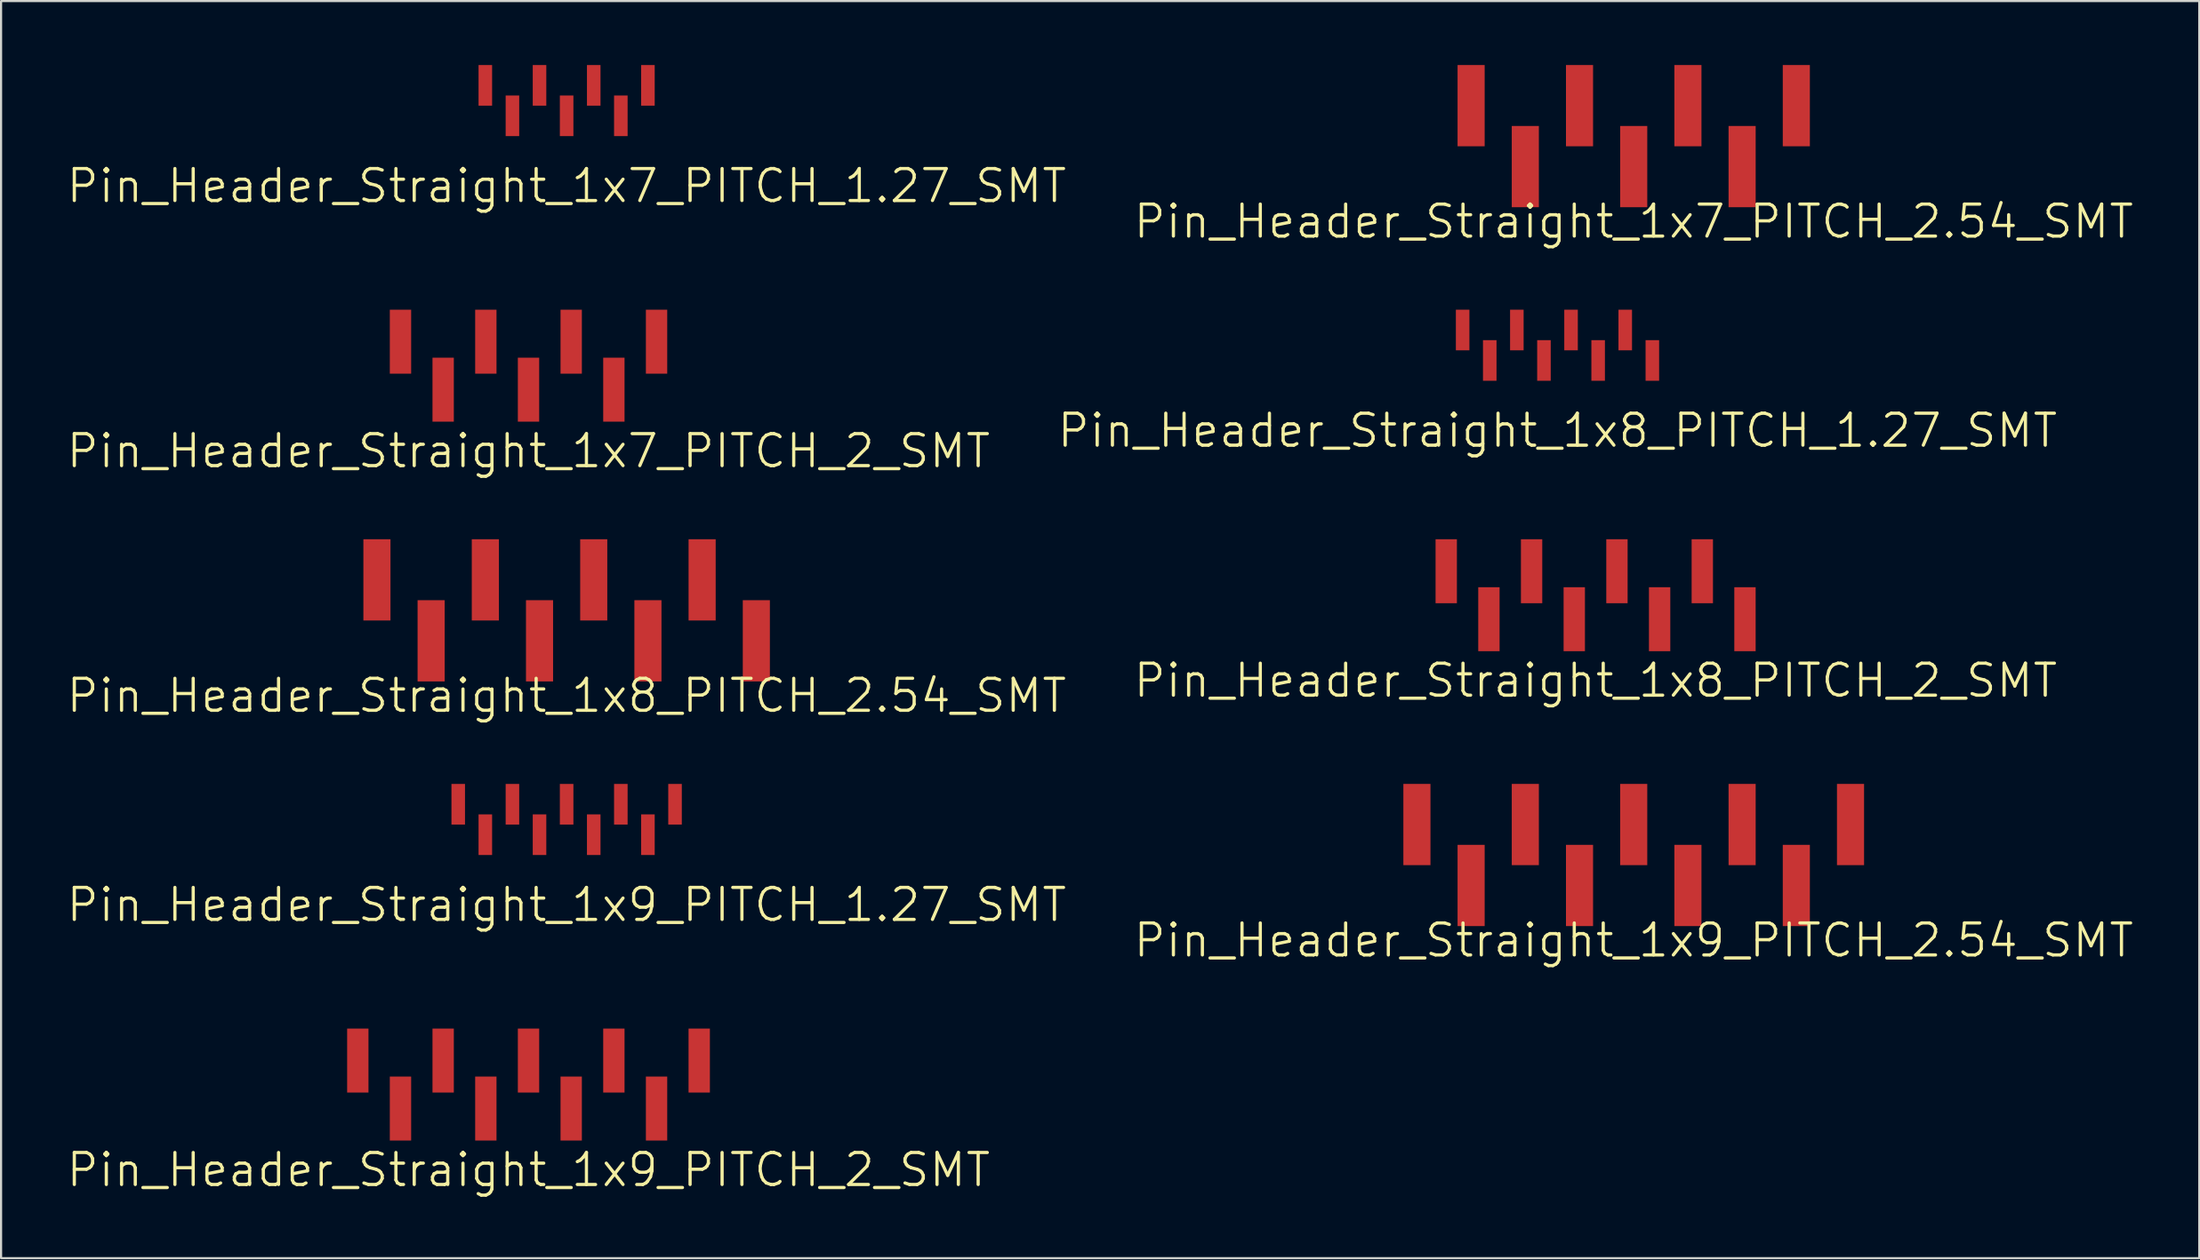
<source format=kicad_pcb>
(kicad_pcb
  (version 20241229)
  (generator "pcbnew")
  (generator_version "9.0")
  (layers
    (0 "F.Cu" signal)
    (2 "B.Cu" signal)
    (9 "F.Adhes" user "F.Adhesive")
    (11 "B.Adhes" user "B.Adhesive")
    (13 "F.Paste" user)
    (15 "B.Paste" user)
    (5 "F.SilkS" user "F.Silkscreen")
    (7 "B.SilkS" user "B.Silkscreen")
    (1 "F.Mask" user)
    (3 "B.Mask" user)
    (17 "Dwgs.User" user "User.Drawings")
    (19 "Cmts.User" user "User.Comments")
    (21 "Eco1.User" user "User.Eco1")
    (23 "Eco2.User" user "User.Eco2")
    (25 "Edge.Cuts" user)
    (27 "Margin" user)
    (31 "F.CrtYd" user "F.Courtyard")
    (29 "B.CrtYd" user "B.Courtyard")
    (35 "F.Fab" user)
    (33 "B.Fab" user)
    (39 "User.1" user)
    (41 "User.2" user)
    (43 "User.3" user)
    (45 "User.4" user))
  (footprint "Pin_Header_Straight_1x8_PITCH_2.54_SMT"
    (layer "F.Cu")
    (at 23.504 25.574)
    (property "Reference" "Pin_Header_Straight_1x8_PITCH_2.54_SMT" (at 0 4 0) (layer "F.SilkS") (effects (font (size 1.5 1.5) (thickness 0.15))))
    (attr through_hole)
    (pad "1" smd rect (at -8.89 -1.429) (size 1.27 3.81) (layers "F.Cu" "F.Mask" "F.Paste"))
    (pad "2" smd rect (at -6.35 1.429) (size 1.27 3.81) (layers "F.Cu" "F.Mask" "F.Paste"))
    (pad "3" smd rect (at -3.81 -1.429) (size 1.27 3.81) (layers "F.Cu" "F.Mask" "F.Paste"))
    (pad "4" smd rect (at -1.27 1.429) (size 1.27 3.81) (layers "F.Cu" "F.Mask" "F.Paste"))
    (pad "5" smd rect (at 1.27 -1.429) (size 1.27 3.81) (layers "F.Cu" "F.Mask" "F.Paste"))
    (pad "6" smd rect (at 3.81 1.429) (size 1.27 3.81) (layers "F.Cu" "F.Mask" "F.Paste"))
    (pad "7" smd rect (at 6.35 -1.429) (size 1.27 3.81) (layers "F.Cu" "F.Mask" "F.Paste"))
    (pad "8" smd rect (at 8.89 1.429) (size 1.27 3.81) (layers "F.Cu" "F.Mask" "F.Paste")))
  (footprint "Pin_Header_Straight_1x8_PITCH_2_SMT"
    (layer "F.Cu")
    (at 71.725 24.865)
    (property "Reference" "Pin_Header_Straight_1x8_PITCH_2_SMT" (at 0 4 0) (layer "F.SilkS") (effects (font (size 1.5 1.5) (thickness 0.15))))
    (attr through_hole)
    (pad "1" smd rect (at -7 -1.125) (size 1 3) (layers "F.Cu" "F.Mask" "F.Paste"))
    (pad "2" smd rect (at -5 1.125) (size 1 3) (layers "F.Cu" "F.Mask" "F.Paste"))
    (pad "3" smd rect (at -3 -1.125) (size 1 3) (layers "F.Cu" "F.Mask" "F.Paste"))
    (pad "4" smd rect (at -1 1.125) (size 1 3) (layers "F.Cu" "F.Mask" "F.Paste"))
    (pad "5" smd rect (at 1 -1.125) (size 1 3) (layers "F.Cu" "F.Mask" "F.Paste"))
    (pad "6" smd rect (at 3 1.125) (size 1 3) (layers "F.Cu" "F.Mask" "F.Paste"))
    (pad "7" smd rect (at 5 -1.125) (size 1 3) (layers "F.Cu" "F.Mask" "F.Paste"))
    (pad "8" smd rect (at 7 1.125) (size 1 3) (layers "F.Cu" "F.Mask" "F.Paste")))
  (footprint "Pin_Header_Straight_1x7_PITCH_2_SMT"
    (layer "F.Cu")
    (at 21.718 14.1)
    (property "Reference" "Pin_Header_Straight_1x7_PITCH_2_SMT" (at 0 4 0) (layer "F.SilkS") (effects (font (size 1.5 1.5) (thickness 0.15))))
    (attr through_hole)
    (pad "1" smd rect (at -6 -1.125) (size 1 3) (layers "F.Cu" "F.Mask" "F.Paste"))
    (pad "2" smd rect (at -4 1.125) (size 1 3) (layers "F.Cu" "F.Mask" "F.Paste"))
    (pad "3" smd rect (at -2 -1.125) (size 1 3) (layers "F.Cu" "F.Mask" "F.Paste"))
    (pad "4" smd rect (at 0 1.125) (size 1 3) (layers "F.Cu" "F.Mask" "F.Paste"))
    (pad "5" smd rect (at 2 -1.125) (size 1 3) (layers "F.Cu" "F.Mask" "F.Paste"))
    (pad "6" smd rect (at 4 1.125) (size 1 3) (layers "F.Cu" "F.Mask" "F.Paste"))
    (pad "7" smd rect (at 6 -1.125) (size 1 3) (layers "F.Cu" "F.Mask" "F.Paste")))
  (footprint "Pin_Header_Straight_1x7_PITCH_1.27_SMT"
    (layer "F.Cu")
    (at 23.504 1.667)
    (property "Reference" "Pin_Header_Straight_1x7_PITCH_1.27_SMT" (at 0 4 0) (layer "F.SilkS") (effects (font (size 1.5 1.5) (thickness 0.15))))
    (attr through_hole)
    (pad "1" smd rect (at -3.81 -0.714) (size 0.635 1.905) (layers "F.Cu" "F.Mask" "F.Paste"))
    (pad "2" smd rect (at -2.54 0.714) (size 0.635 1.905) (layers "F.Cu" "F.Mask" "F.Paste"))
    (pad "3" smd rect (at -1.27 -0.714) (size 0.635 1.905) (layers "F.Cu" "F.Mask" "F.Paste"))
    (pad "4" smd rect (at 0 0.714) (size 0.635 1.905) (layers "F.Cu" "F.Mask" "F.Paste"))
    (pad "5" smd rect (at 1.27 -0.714) (size 0.635 1.905) (layers "F.Cu" "F.Mask" "F.Paste"))
    (pad "6" smd rect (at 2.54 0.714) (size 0.635 1.905) (layers "F.Cu" "F.Mask" "F.Paste"))
    (pad "7" smd rect (at 3.81 -0.714) (size 0.635 1.905) (layers "F.Cu" "F.Mask" "F.Paste")))
  (footprint "Pin_Header_Straight_1x9_PITCH_1.27_SMT"
    (layer "F.Cu")
    (at 23.504 35.382)
    (property "Reference" "Pin_Header_Straight_1x9_PITCH_1.27_SMT" (at 0 4 0) (layer "F.SilkS") (effects (font (size 1.5 1.5) (thickness 0.15))))
    (attr through_hole)
    (pad "1" smd rect (at -5.08 -0.714) (size 0.635 1.905) (layers "F.Cu" "F.Mask" "F.Paste"))
    (pad "2" smd rect (at -3.81 0.714) (size 0.635 1.905) (layers "F.Cu" "F.Mask" "F.Paste"))
    (pad "3" smd rect (at -2.54 -0.714) (size 0.635 1.905) (layers "F.Cu" "F.Mask" "F.Paste"))
    (pad "4" smd rect (at -1.27 0.714) (size 0.635 1.905) (layers "F.Cu" "F.Mask" "F.Paste"))
    (pad "5" smd rect (at 0 -0.714) (size 0.635 1.905) (layers "F.Cu" "F.Mask" "F.Paste"))
    (pad "6" smd rect (at 1.27 0.714) (size 0.635 1.905) (layers "F.Cu" "F.Mask" "F.Paste"))
    (pad "7" smd rect (at 2.54 -0.714) (size 0.635 1.905) (layers "F.Cu" "F.Mask" "F.Paste"))
    (pad "8" smd rect (at 3.81 0.714) (size 0.635 1.905) (layers "F.Cu" "F.Mask" "F.Paste"))
    (pad "9" smd rect (at 5.08 -0.714) (size 0.635 1.905) (layers "F.Cu" "F.Mask" "F.Paste")))
  (footprint "Pin_Header_Straight_1x7_PITCH_2.54_SMT"
    (layer "F.Cu")
    (at 73.511 3.334)
    (property "Reference" "Pin_Header_Straight_1x7_PITCH_2.54_SMT" (at 0 4 0) (layer "F.SilkS") (effects (font (size 1.5 1.5) (thickness 0.15))))
    (attr through_hole)
    (pad "1" smd rect (at -7.62 -1.429) (size 1.27 3.81) (layers "F.Cu" "F.Mask" "F.Paste"))
    (pad "2" smd rect (at -5.08 1.429) (size 1.27 3.81) (layers "F.Cu" "F.Mask" "F.Paste"))
    (pad "3" smd rect (at -2.54 -1.429) (size 1.27 3.81) (layers "F.Cu" "F.Mask" "F.Paste"))
    (pad "4" smd rect (at 0 1.429) (size 1.27 3.81) (layers "F.Cu" "F.Mask" "F.Paste"))
    (pad "5" smd rect (at 2.54 -1.429) (size 1.27 3.81) (layers "F.Cu" "F.Mask" "F.Paste"))
    (pad "6" smd rect (at 5.08 1.429) (size 1.27 3.81) (layers "F.Cu" "F.Mask" "F.Paste"))
    (pad "7" smd rect (at 7.62 -1.429) (size 1.27 3.81) (layers "F.Cu" "F.Mask" "F.Paste")))
  (footprint "Pin_Header_Straight_1x9_PITCH_2_SMT"
    (layer "F.Cu")
    (at 21.718 47.814)
    (property "Reference" "Pin_Header_Straight_1x9_PITCH_2_SMT" (at 0 4 0) (layer "F.SilkS") (effects (font (size 1.5 1.5) (thickness 0.15))))
    (attr through_hole)
    (pad "1" smd rect (at -8 -1.125) (size 1 3) (layers "F.Cu" "F.Mask" "F.Paste"))
    (pad "2" smd rect (at -6 1.125) (size 1 3) (layers "F.Cu" "F.Mask" "F.Paste"))
    (pad "3" smd rect (at -4 -1.125) (size 1 3) (layers "F.Cu" "F.Mask" "F.Paste"))
    (pad "4" smd rect (at -2 1.125) (size 1 3) (layers "F.Cu" "F.Mask" "F.Paste"))
    (pad "5" smd rect (at 0 -1.125) (size 1 3) (layers "F.Cu" "F.Mask" "F.Paste"))
    (pad "6" smd rect (at 2 1.125) (size 1 3) (layers "F.Cu" "F.Mask" "F.Paste"))
    (pad "7" smd rect (at 4 -1.125) (size 1 3) (layers "F.Cu" "F.Mask" "F.Paste"))
    (pad "8" smd rect (at 6 1.125) (size 1 3) (layers "F.Cu" "F.Mask" "F.Paste"))
    (pad "9" smd rect (at 8 -1.125) (size 1 3) (layers "F.Cu" "F.Mask" "F.Paste")))
  (footprint "Pin_Header_Straight_1x9_PITCH_2.54_SMT"
    (layer "F.Cu")
    (at 73.511 37.048)
    (property "Reference" "Pin_Header_Straight_1x9_PITCH_2.54_SMT" (at 0 4 0) (layer "F.SilkS") (effects (font (size 1.5 1.5) (thickness 0.15))))
    (attr through_hole)
    (pad "1" smd rect (at -10.16 -1.429) (size 1.27 3.81) (layers "F.Cu" "F.Mask" "F.Paste"))
    (pad "2" smd rect (at -7.62 1.429) (size 1.27 3.81) (layers "F.Cu" "F.Mask" "F.Paste"))
    (pad "3" smd rect (at -5.08 -1.429) (size 1.27 3.81) (layers "F.Cu" "F.Mask" "F.Paste"))
    (pad "4" smd rect (at -2.54 1.429) (size 1.27 3.81) (layers "F.Cu" "F.Mask" "F.Paste"))
    (pad "5" smd rect (at 0 -1.429) (size 1.27 3.81) (layers "F.Cu" "F.Mask" "F.Paste"))
    (pad "6" smd rect (at 2.54 1.429) (size 1.27 3.81) (layers "F.Cu" "F.Mask" "F.Paste"))
    (pad "7" smd rect (at 5.08 -1.429) (size 1.27 3.81) (layers "F.Cu" "F.Mask" "F.Paste"))
    (pad "8" smd rect (at 7.62 1.429) (size 1.27 3.81) (layers "F.Cu" "F.Mask" "F.Paste"))
    (pad "9" smd rect (at 10.16 -1.429) (size 1.27 3.81) (layers "F.Cu" "F.Mask" "F.Paste")))
  (footprint "Pin_Header_Straight_1x8_PITCH_1.27_SMT"
    (layer "F.Cu")
    (at 69.939 13.141)
    (property "Reference" "Pin_Header_Straight_1x8_PITCH_1.27_SMT" (at 0 4 0) (layer "F.SilkS") (effects (font (size 1.5 1.5) (thickness 0.15))))
    (attr through_hole)
    (pad "1" smd rect (at -4.445 -0.714) (size 0.635 1.905) (layers "F.Cu" "F.Mask" "F.Paste"))
    (pad "2" smd rect (at -3.175 0.714) (size 0.635 1.905) (layers "F.Cu" "F.Mask" "F.Paste"))
    (pad "3" smd rect (at -1.905 -0.714) (size 0.635 1.905) (layers "F.Cu" "F.Mask" "F.Paste"))
    (pad "4" smd rect (at -0.635 0.714) (size 0.635 1.905) (layers "F.Cu" "F.Mask" "F.Paste"))
    (pad "5" smd rect (at 0.635 -0.714) (size 0.635 1.905) (layers "F.Cu" "F.Mask" "F.Paste"))
    (pad "6" smd rect (at 1.905 0.714) (size 0.635 1.905) (layers "F.Cu" "F.Mask" "F.Paste"))
    (pad "7" smd rect (at 3.175 -0.714) (size 0.635 1.905) (layers "F.Cu" "F.Mask" "F.Paste"))
    (pad "8" smd rect (at 4.445 0.714) (size 0.635 1.905) (layers "F.Cu" "F.Mask" "F.Paste")))
  (gr_rect
    (start -3 -3)
    (end 100.014 55.955)
    (stroke (width 0.1) (type default))
    (fill no)
    (layer "Edge.Cuts")))
</source>
